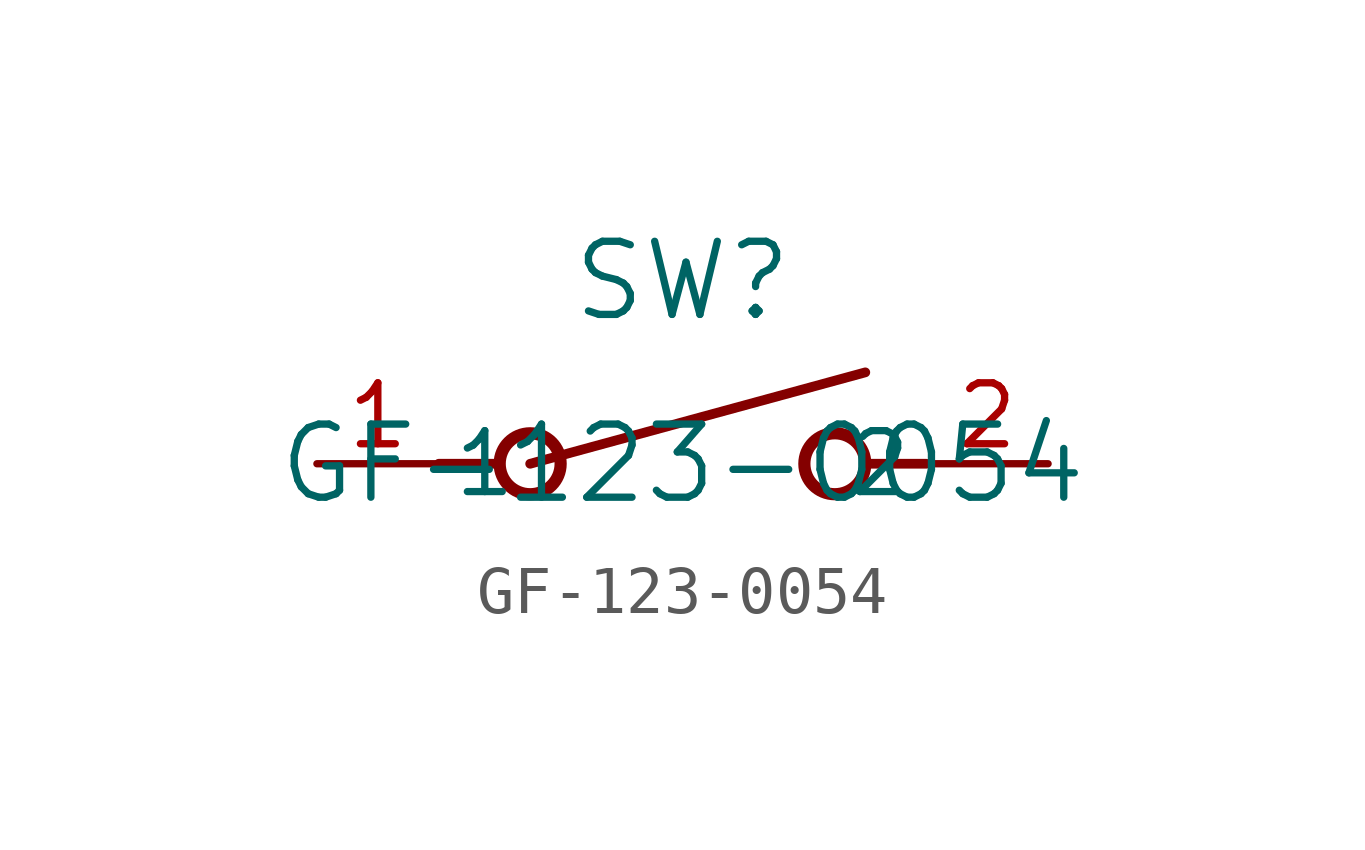
<source format=kicad_sym>
(kicad_symbol_lib
  (version 20211014)
  (generator kicad_symbol_editor)
  (symbol "GF-123-0054"
    (pin_names
      (offset 0.254))
    (property "Reference" "SW"
      (at 0 3.81 0)
      (effects (font (size 1.524 1.524))))
    (property "Value" "GF-123-0054"
      (at 0 0 0)
      (effects (font (size 1.524 1.524))))
    (symbol "GF-123-0054_0_1"
      (polyline (pts (xy -5.08 0) (xy -3.81 0)) (stroke (width 0.203) (type default) (color 0 0 0 0)) (fill (type none)))
      (circle (center 3.175 0) (radius 0.635) (stroke (width 0.254) (type default) (color 0 0 0 0)) (fill (type none)))
      (circle (center -3.175 0) (radius 0.635) (stroke (width 0.254) (type default) (color 0 0 0 0)) (fill (type none)))
      (polyline (pts (xy 5.08 0) (xy 3.81 0)) (stroke (width 0.203) (type default) (color 0 0 0 0)) (fill (type none)))
      (polyline (pts (xy -3.175 0) (xy 3.81 1.905)) (stroke (width 0.203) (type default) (color 0 0 0 0)) (fill (type none)))
      (pin unspecified line (at -7.62 0 0) (length 2.54) (name "1" (effects (font (size 1.27 1.27)))) (number "1" (effects (font (size 1.27 1.27)))))
      (pin unspecified line (at 7.62 0 180) (length 2.54) (name "2" (effects (font (size 1.27 1.27)))) (number "2" (effects (font (size 1.27 1.27))))))))
</source>
